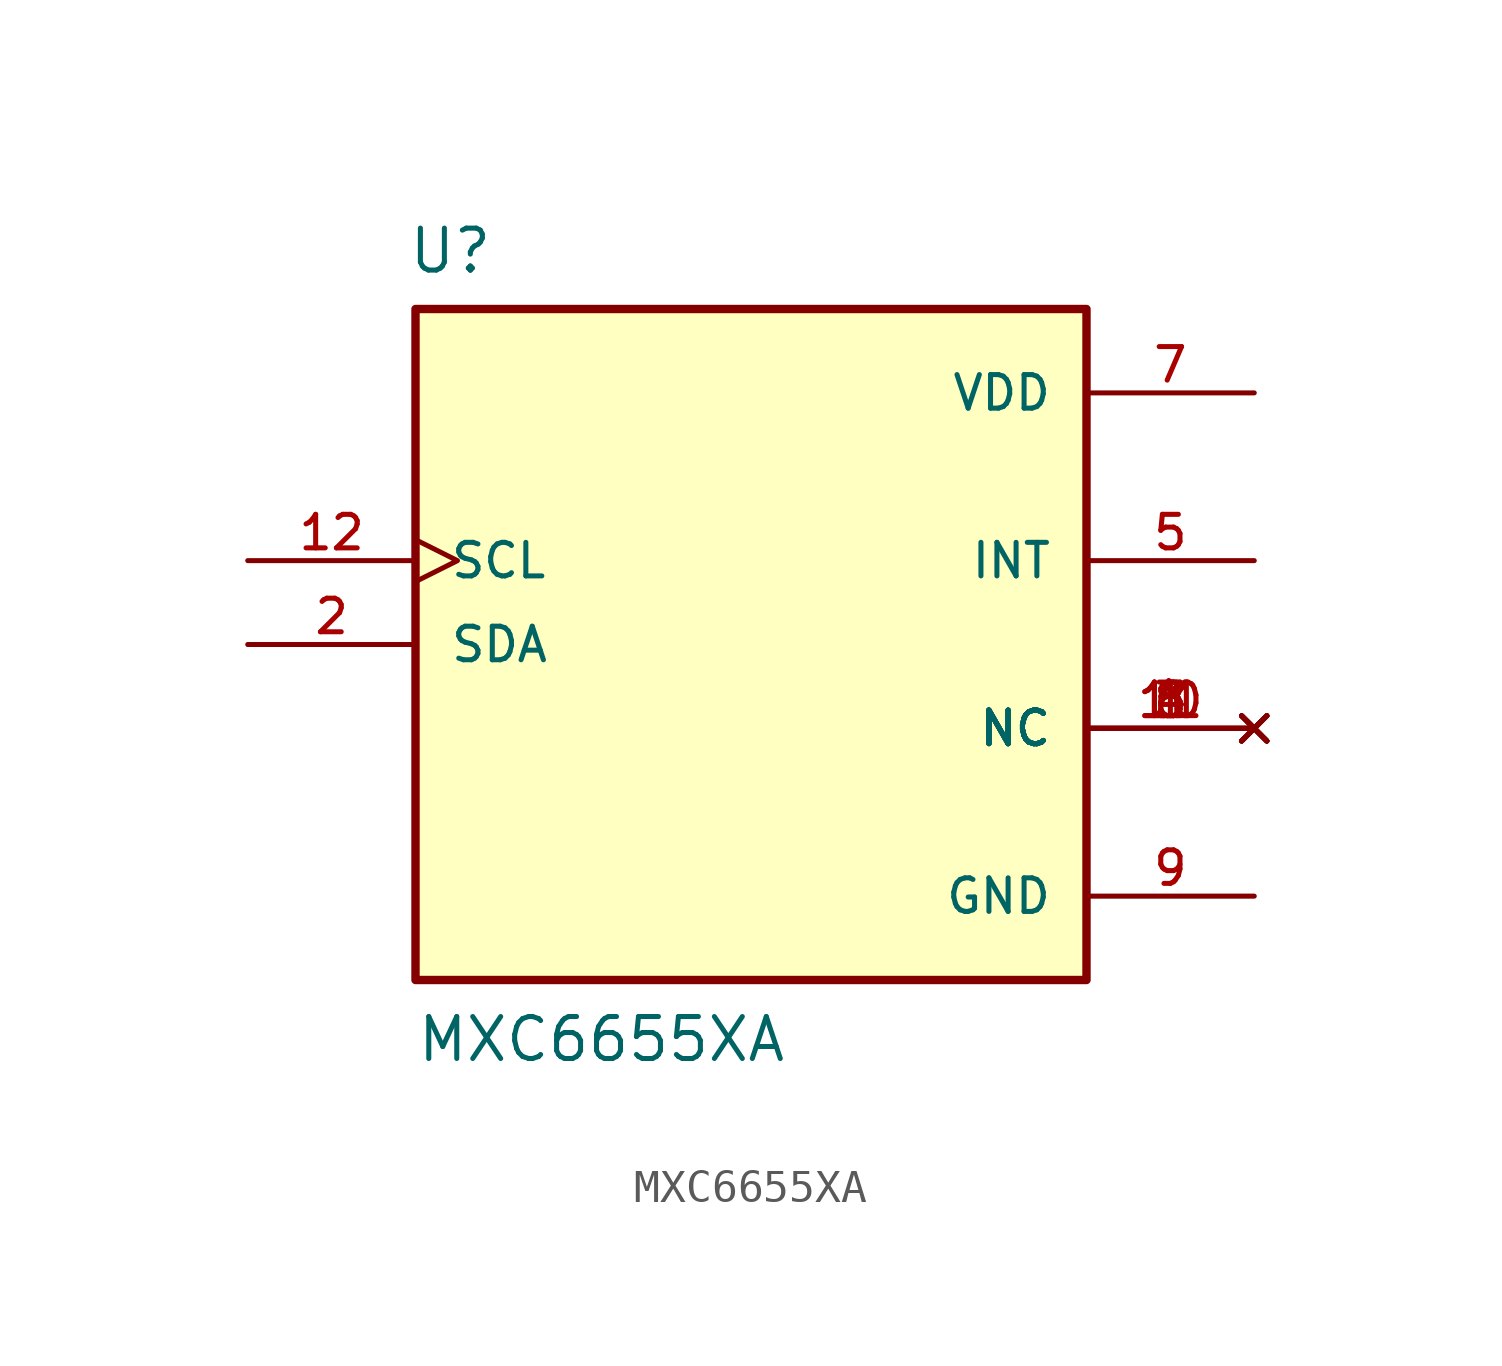
<source format=kicad_sym>
(kicad_symbol_lib
  (version 20211014)
  (generator kicad_symbol_editor)
  (symbol "MXC6655XA"
    (pin_names
      (offset 1.016))
    (property "Reference" "U"
      (at -10.414 11.176 0)
      (effects (font (size 1.27 1.27)) (justify bottom left)))
    (property "Value" "MXC6655XA"
      (at -10.16 -12.7 0)
      (effects (font (size 1.27 1.27)) (justify bottom left)))
    (symbol "MXC6655XA_0_0"
      (rectangle (start -10.16 -10.16) (end 10.16 10.16) (stroke (width 0.254)) (fill (type background)))
      (pin power_in line (at 15.24 7.62 180.0) (length 5.08) (name "VDD" (effects (font (size 1.016 1.016)))) (number "7" (effects (font (size 1.016 1.016)))))
      (pin power_in line (at 15.24 -7.62 180.0) (length 5.08) (name "GND" (effects (font (size 1.016 1.016)))) (number "9" (effects (font (size 1.016 1.016)))))
      (pin bidirectional line (at -15.24 0.0 0) (length 5.08) (name "SDA" (effects (font (size 1.016 1.016)))) (number "2" (effects (font (size 1.016 1.016)))))
      (pin input clock (at -15.24 2.54 0) (length 5.08) (name "SCL" (effects (font (size 1.016 1.016)))) (number "12" (effects (font (size 1.016 1.016)))))
      (pin output line (at 15.24 2.54 180.0) (length 5.08) (name "INT" (effects (font (size 1.016 1.016)))) (number "5" (effects (font (size 1.016 1.016)))))
      (pin no_connect line (at 15.24 -2.54 180.0) (length 5.08) (name "NC" (effects (font (size 1.016 1.016)))) (number "1" (effects (font (size 1.016 1.016)))))
      (pin no_connect line (at 15.24 -2.54 180.0) (length 5.08) (name "NC" (effects (font (size 1.016 1.016)))) (number "3" (effects (font (size 1.016 1.016)))))
      (pin no_connect line (at 15.24 -2.54 180.0) (length 5.08) (name "NC" (effects (font (size 1.016 1.016)))) (number "4" (effects (font (size 1.016 1.016)))))
      (pin no_connect line (at 15.24 -2.54 180.0) (length 5.08) (name "NC" (effects (font (size 1.016 1.016)))) (number "6" (effects (font (size 1.016 1.016)))))
      (pin no_connect line (at 15.24 -2.54 180.0) (length 5.08) (name "NC" (effects (font (size 1.016 1.016)))) (number "8" (effects (font (size 1.016 1.016)))))
      (pin no_connect line (at 15.24 -2.54 180.0) (length 5.08) (name "NC" (effects (font (size 1.016 1.016)))) (number "10" (effects (font (size 1.016 1.016)))))
      (pin no_connect line (at 15.24 -2.54 180.0) (length 5.08) (name "NC" (effects (font (size 1.016 1.016)))) (number "11" (effects (font (size 1.016 1.016))))))))
</source>
